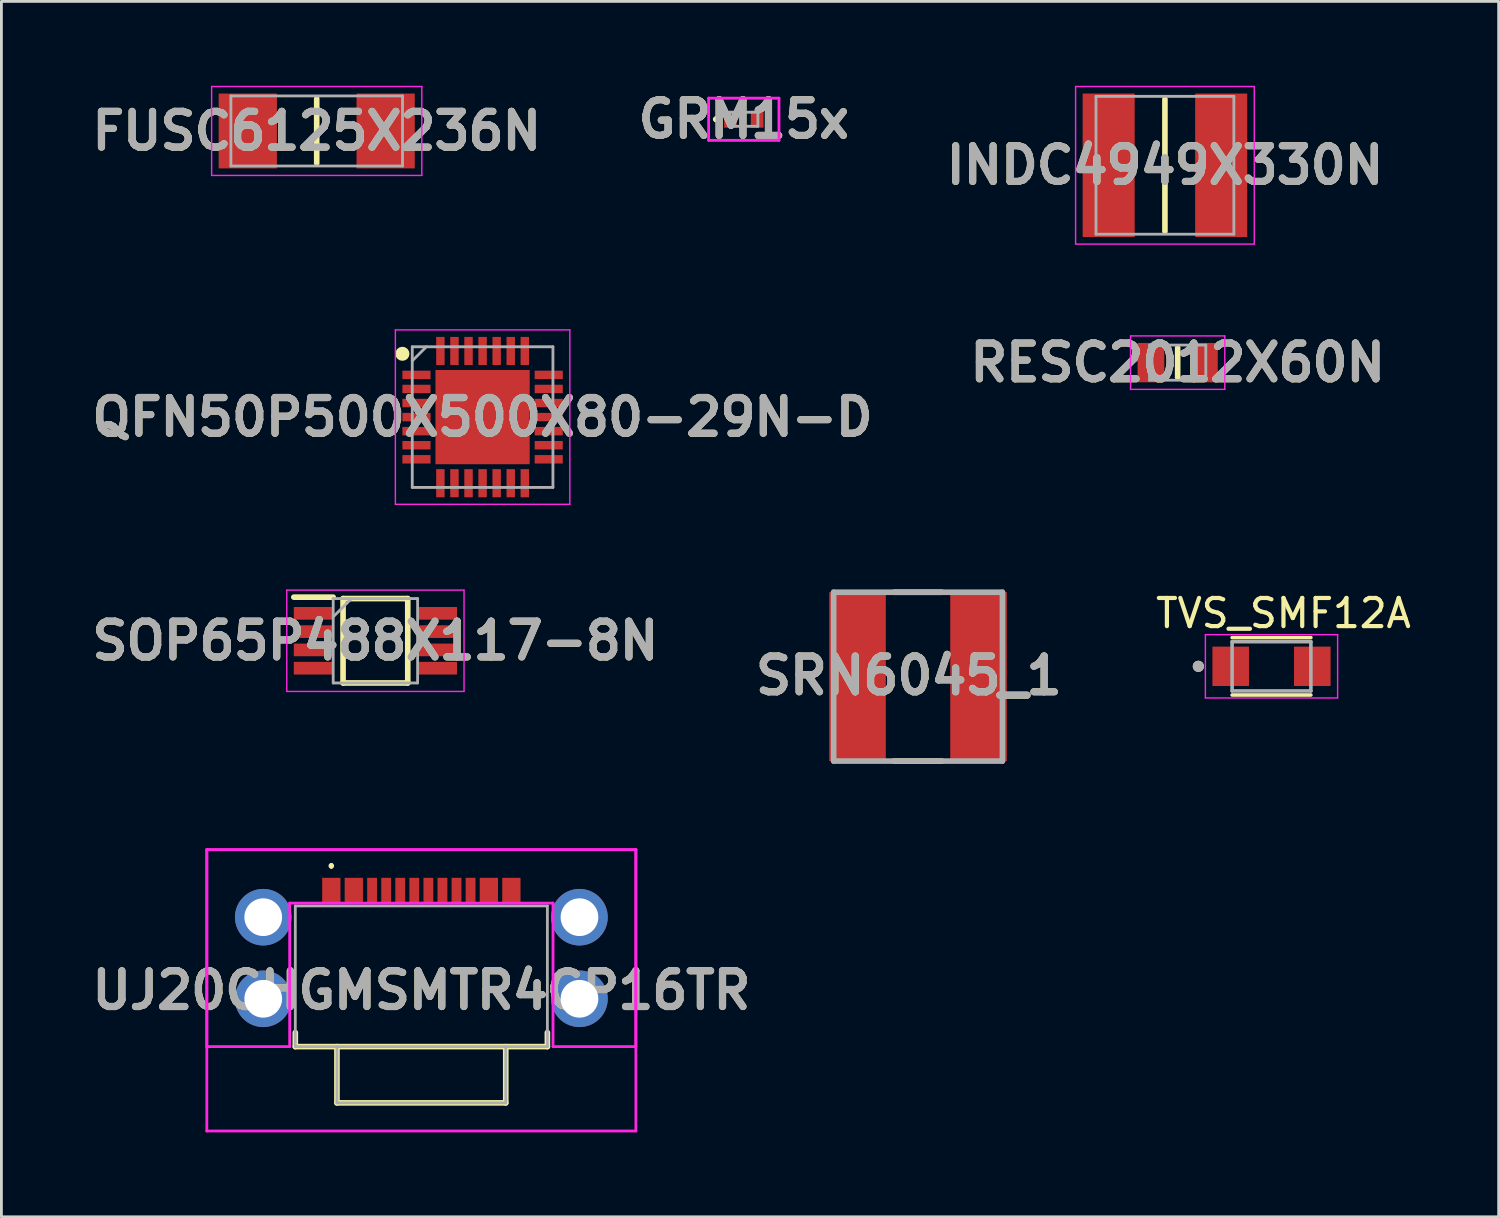
<source format=kicad_pcb>
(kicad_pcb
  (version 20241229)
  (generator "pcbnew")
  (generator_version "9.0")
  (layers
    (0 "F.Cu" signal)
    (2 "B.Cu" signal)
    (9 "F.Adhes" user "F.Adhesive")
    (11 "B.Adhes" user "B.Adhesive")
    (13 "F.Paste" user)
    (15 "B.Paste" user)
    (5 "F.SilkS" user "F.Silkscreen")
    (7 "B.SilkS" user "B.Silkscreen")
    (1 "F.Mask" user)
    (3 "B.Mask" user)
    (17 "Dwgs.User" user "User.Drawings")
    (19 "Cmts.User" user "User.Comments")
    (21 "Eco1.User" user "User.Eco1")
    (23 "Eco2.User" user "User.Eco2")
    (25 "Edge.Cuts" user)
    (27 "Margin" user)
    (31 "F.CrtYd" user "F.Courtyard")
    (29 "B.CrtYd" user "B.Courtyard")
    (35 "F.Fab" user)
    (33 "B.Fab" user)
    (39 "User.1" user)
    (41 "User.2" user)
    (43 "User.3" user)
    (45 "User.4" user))
  (footprint "RESC2012X60N"
    (layer "F.Cu")
    (at 38.808 9.839)
    (property "Reference" "RESC2012X60N" (at 0 0 0) (layer "F.SilkS") (effects (font (size 1.27 1.27) (thickness 0.254))))
    (attr smd)
    (fp_line (start 0 -0.525) (end 0 0.525) (stroke (width 0.2) (type solid)) (layer "F.SilkS"))
    (fp_line (start -1.675 -0.95) (end 1.675 -0.95) (stroke (width 0.05) (type solid)) (layer "F.CrtYd"))
    (fp_line (start -1.675 0.95) (end -1.675 -0.95) (stroke (width 0.05) (type solid)) (layer "F.CrtYd"))
    (fp_line (start 1.675 -0.95) (end 1.675 0.95) (stroke (width 0.05) (type solid)) (layer "F.CrtYd"))
    (fp_line (start 1.675 0.95) (end -1.675 0.95) (stroke (width 0.05) (type solid)) (layer "F.CrtYd"))
    (fp_line (start -1 -0.625) (end 1 -0.625) (stroke (width 0.1) (type solid)) (layer "F.Fab"))
    (fp_line (start -1 0.625) (end -1 -0.625) (stroke (width 0.1) (type solid)) (layer "F.Fab"))
    (fp_line (start 1 -0.625) (end 1 0.625) (stroke (width 0.1) (type solid)) (layer "F.Fab"))
    (fp_line (start 1 0.625) (end -1 0.625) (stroke (width 0.1) (type solid)) (layer "F.Fab"))
    (fp_text user "${REFERENCE}" (at 0 0 0) (layer "F.Fab") (effects (font (size 1.27 1.27) (thickness 0.254))))
    (pad "1" smd rect (at -0.95 0) (size 0.95 1.4) (layers "F.Cu" "F.Mask" "F.Paste"))
    (pad "2" smd rect (at 0.95 0) (size 0.95 1.4) (layers "F.Cu" "F.Mask" "F.Paste")))
  (footprint "SOP65P488X117-8N"
    (layer "F.Cu")
    (at 10.293 19.725)
    (property "Reference" "SOP65P488X117-8N" (at 0 0 0) (layer "F.SilkS") (effects (font (size 1.27 1.27) (thickness 0.254))))
    (attr smd)
    (fp_line (start -2.9 -1.55) (end -1.5 -1.55) (stroke (width 0.2) (type solid)) (layer "F.SilkS"))
    (fp_line (start -1.15 -1.5) (end 1.15 -1.5) (stroke (width 0.2) (type solid)) (layer "F.SilkS"))
    (fp_line (start -1.15 1.5) (end -1.15 -1.5) (stroke (width 0.2) (type solid)) (layer "F.SilkS"))
    (fp_line (start 1.15 -1.5) (end 1.15 1.5) (stroke (width 0.2) (type solid)) (layer "F.SilkS"))
    (fp_line (start 1.15 1.5) (end -1.15 1.5) (stroke (width 0.2) (type solid)) (layer "F.SilkS"))
    (fp_line (start -3.15 -1.8) (end 3.15 -1.8) (stroke (width 0.05) (type solid)) (layer "F.CrtYd"))
    (fp_line (start -3.15 1.8) (end -3.15 -1.8) (stroke (width 0.05) (type solid)) (layer "F.CrtYd"))
    (fp_line (start 3.15 -1.8) (end 3.15 1.8) (stroke (width 0.05) (type solid)) (layer "F.CrtYd"))
    (fp_line (start 3.15 1.8) (end -3.15 1.8) (stroke (width 0.05) (type solid)) (layer "F.CrtYd"))
    (fp_line (start -1.5 -1.5) (end 1.5 -1.5) (stroke (width 0.1) (type solid)) (layer "F.Fab"))
    (fp_line (start -1.5 -0.85) (end -0.85 -1.5) (stroke (width 0.1) (type solid)) (layer "F.Fab"))
    (fp_line (start -1.5 1.5) (end -1.5 -1.5) (stroke (width 0.1) (type solid)) (layer "F.Fab"))
    (fp_line (start 1.5 -1.5) (end 1.5 1.5) (stroke (width 0.1) (type solid)) (layer "F.Fab"))
    (fp_line (start 1.5 1.5) (end -1.5 1.5) (stroke (width 0.1) (type solid)) (layer "F.Fab"))
    (fp_text user "${REFERENCE}" (at 0 0 0) (layer "F.Fab") (effects (font (size 1.27 1.27) (thickness 0.254))))
    (pad "1" smd rect (at -2.2 -0.975 90) (size 0.45 1.4) (layers "F.Cu" "F.Mask" "F.Paste"))
    (pad "2" smd rect (at -2.2 -0.325 90) (size 0.45 1.4) (layers "F.Cu" "F.Mask" "F.Paste"))
    (pad "3" smd rect (at -2.2 0.325 90) (size 0.45 1.4) (layers "F.Cu" "F.Mask" "F.Paste"))
    (pad "4" smd rect (at -2.2 0.975 90) (size 0.45 1.4) (layers "F.Cu" "F.Mask" "F.Paste"))
    (pad "5" smd rect (at 2.2 0.975 90) (size 0.45 1.4) (layers "F.Cu" "F.Mask" "F.Paste"))
    (pad "6" smd rect (at 2.2 0.325 90) (size 0.45 1.4) (layers "F.Cu" "F.Mask" "F.Paste"))
    (pad "7" smd rect (at 2.2 -0.325 90) (size 0.45 1.4) (layers "F.Cu" "F.Mask" "F.Paste"))
    (pad "8" smd rect (at 2.2 -0.975 90) (size 0.45 1.4) (layers "F.Cu" "F.Mask" "F.Paste")))
  (footprint "UJ20CHGMSMTR4CP16TR"
    (layer "F.Cu")
    (at 11.926 32.375)
    (property "Reference" "UJ20CHGMSMTR4CP16TR" (at 0 -0.225 0) (layer "F.SilkS") (effects (font (size 1.27 1.27) (thickness 0.254))))
    (attr through_hole)
    (fp_line (start -4.48 1.275) (end -4.48 1.775) (stroke (width 0.2) (type solid)) (layer "F.SilkS"))
    (fp_line (start -4.48 1.775) (end 4.48 1.775) (stroke (width 0.2) (type solid)) (layer "F.SilkS"))
    (fp_line (start -3.2 -4.7) (end -3.2 -4.7) (stroke (width 0.1) (type solid)) (layer "F.SilkS"))
    (fp_line (start -3.2 -4.6) (end -3.2 -4.6) (stroke (width 0.1) (type solid)) (layer "F.SilkS"))
    (fp_line (start -3 1.775) (end -3 3.775) (stroke (width 0.2) (type solid)) (layer "F.SilkS"))
    (fp_line (start -3 3.775) (end 3 3.775) (stroke (width 0.2) (type solid)) (layer "F.SilkS"))
    (fp_line (start 3 3.775) (end 3 1.775) (stroke (width 0.2) (type solid)) (layer "F.SilkS"))
    (fp_line (start 4.48 1.775) (end 4.48 1.275) (stroke (width 0.2) (type solid)) (layer "F.SilkS"))
    (fp_arc (start -3.2 -4.7) (mid -3.15 -4.65) (end -3.2 -4.6) (stroke (width 0.1) (type solid)) (layer "F.SilkS"))
    (fp_arc (start -3.2 -4.6) (mid -3.25 -4.65) (end -3.2 -4.7) (stroke (width 0.1) (type solid)) (layer "F.SilkS"))
    (fp_line (start -7.625 -5.225) (end 7.625 -5.225) (stroke (width 0.1) (type solid)) (layer "F.CrtYd"))
    (fp_line (start -7.625 -5.225) (end 7.625 -5.225) (stroke (width 0.1) (type solid)) (layer "F.CrtYd"))
    (fp_line (start -7.625 1.775) (end -7.625 -5.225) (stroke (width 0.1) (type solid)) (layer "F.CrtYd"))
    (fp_line (start -7.625 4.775) (end -7.625 -5.225) (stroke (width 0.1) (type solid)) (layer "F.CrtYd"))
    (fp_line (start -4.68 -3.325) (end -4.68 1.775) (stroke (width 0.1) (type solid)) (layer "F.CrtYd"))
    (fp_line (start -4.68 1.775) (end -7.625 1.775) (stroke (width 0.1) (type solid)) (layer "F.CrtYd"))
    (fp_line (start 0 -3.325) (end -4.68 -3.325) (stroke (width 0.1) (type solid)) (layer "F.CrtYd"))
    (fp_line (start 4.68 -3.325) (end 0 -3.325) (stroke (width 0.1) (type solid)) (layer "F.CrtYd"))
    (fp_line (start 4.68 1.775) (end 4.68 -3.325) (stroke (width 0.1) (type solid)) (layer "F.CrtYd"))
    (fp_line (start 7.625 -5.225) (end 7.625 1.775) (stroke (width 0.1) (type solid)) (layer "F.CrtYd"))
    (fp_line (start 7.625 -5.225) (end 7.625 4.775) (stroke (width 0.1) (type solid)) (layer "F.CrtYd"))
    (fp_line (start 7.625 1.775) (end 4.68 1.775) (stroke (width 0.1) (type solid)) (layer "F.CrtYd"))
    (fp_line (start 7.625 4.775) (end -7.625 4.775) (stroke (width 0.1) (type solid)) (layer "F.CrtYd"))
    (fp_line (start -4.48 -3.225) (end 4.48 -3.225) (stroke (width 0.1) (type solid)) (layer "F.Fab"))
    (fp_line (start -4.48 1.775) (end -4.48 -3.225) (stroke (width 0.1) (type solid)) (layer "F.Fab"))
    (fp_line (start -3 1.775) (end -3 3.775) (stroke (width 0.1) (type solid)) (layer "F.Fab"))
    (fp_line (start -3 3.775) (end 3 3.775) (stroke (width 0.1) (type solid)) (layer "F.Fab"))
    (fp_line (start 3 3.775) (end 3 1.775) (stroke (width 0.1) (type solid)) (layer "F.Fab"))
    (fp_line (start 4.48 -3.225) (end 4.48 1.775) (stroke (width 0.1) (type solid)) (layer "F.Fab"))
    (fp_line (start 4.48 1.775) (end -4.48 1.775) (stroke (width 0.1) (type solid)) (layer "F.Fab"))
    (fp_text user "${REFERENCE}" (at 0 -0.225 0) (layer "F.Fab") (effects (font (size 1.27 1.27) (thickness 0.254))))
    (pad "A1" smd rect (at -3.2 -3.775) (size 0.65 0.9) (layers "F.Cu" "F.Mask" "F.Paste"))
    (pad "A4" smd rect (at -2.4 -3.775) (size 0.65 0.9) (layers "F.Cu" "F.Mask" "F.Paste"))
    (pad "A5" smd rect (at -1.25 -3.775) (size 0.35 0.9) (layers "F.Cu" "F.Mask" "F.Paste"))
    (pad "A6" smd rect (at -0.25 -3.775) (size 0.35 0.9) (layers "F.Cu" "F.Mask" "F.Paste"))
    (pad "A7" smd rect (at 0.25 -3.775) (size 0.35 0.9) (layers "F.Cu" "F.Mask" "F.Paste"))
    (pad "A8" smd rect (at 1.25 -3.775) (size 0.35 0.9) (layers "F.Cu" "F.Mask" "F.Paste"))
    (pad "A9" smd rect (at 2.4 -3.775) (size 0.65 0.9) (layers "F.Cu" "F.Mask" "F.Paste"))
    (pad "A12" smd rect (at 3.2 -3.775) (size 0.65 0.9) (layers "F.Cu" "F.Mask" "F.Paste"))
    (pad "B5" smd rect (at 1.75 -3.775) (size 0.35 0.9) (layers "F.Cu" "F.Mask" "F.Paste"))
    (pad "B6" smd rect (at 0.75 -3.775) (size 0.35 0.9) (layers "F.Cu" "F.Mask" "F.Paste"))
    (pad "B7" smd rect (at -0.75 -3.775) (size 0.35 0.9) (layers "F.Cu" "F.Mask" "F.Paste"))
    (pad "B8" smd rect (at -1.75 -3.775) (size 0.35 0.9) (layers "F.Cu" "F.Mask" "F.Paste"))
    (pad "MH1" thru_hole circle (at -5.62 -2.825) (size 2.01 2.01) (drill 1.34) (layers "*.Cu" "*.Mask"))
    (pad "MH2" thru_hole circle (at 5.62 -2.825) (size 2.01 2.01) (drill 1.34) (layers "*.Cu" "*.Mask"))
    (pad "MH3" thru_hole circle (at -5.62 0.075) (size 2.01 2.01) (drill 1.34) (layers "*.Cu" "*.Mask"))
    (pad "MH4" thru_hole circle (at 5.62 0.075) (size 2.01 2.01) (drill 1.34) (layers "*.Cu" "*.Mask")))
  (footprint "GRM15x"
    (layer "F.Cu")
    (at 23.387 1.189)
    (property "Reference" "GRM15x" (at 0 0 0) (layer "F.SilkS") (effects (font (size 1.27 1.27) (thickness 0.254))))
    (attr smd)
    (fp_line (start -1 -0.05) (end -1 -0.05) (stroke (width 0.1) (type solid)) (layer "F.SilkS"))
    (fp_line (start -1 0.05) (end -1 0.05) (stroke (width 0.1) (type solid)) (layer "F.SilkS"))
    (fp_arc (start -1 -0.05) (mid -0.95 0) (end -1 0.05) (stroke (width 0.1) (type solid)) (layer "F.SilkS"))
    (fp_arc (start -1 0.05) (mid -1.05 0) (end -1 -0.05) (stroke (width 0.1) (type solid)) (layer "F.SilkS"))
    (fp_line (start -1.25 -0.75) (end 1.25 -0.75) (stroke (width 0.1) (type solid)) (layer "F.CrtYd"))
    (fp_line (start -1.25 0.75) (end -1.25 -0.75) (stroke (width 0.1) (type solid)) (layer "F.CrtYd"))
    (fp_line (start 1.25 -0.75) (end 1.25 0.75) (stroke (width 0.1) (type solid)) (layer "F.CrtYd"))
    (fp_line (start 1.25 0.75) (end -1.25 0.75) (stroke (width 0.1) (type solid)) (layer "F.CrtYd"))
    (fp_line (start -0.5 -0.25) (end 0.5 -0.25) (stroke (width 0.1) (type solid)) (layer "F.Fab"))
    (fp_line (start -0.5 0.25) (end -0.5 -0.25) (stroke (width 0.1) (type solid)) (layer "F.Fab"))
    (fp_line (start 0.5 -0.25) (end 0.5 0.25) (stroke (width 0.1) (type solid)) (layer "F.Fab"))
    (fp_line (start 0.5 0.25) (end -0.5 0.25) (stroke (width 0.1) (type solid)) (layer "F.Fab"))
    (fp_text user "${REFERENCE}" (at 0 0 0) (layer "F.Fab") (effects (font (size 1.27 1.27) (thickness 0.254))))
    (pad "1" smd rect (at -0.475 0) (size 0.45 0.6) (layers "F.Cu" "F.Mask" "F.Paste"))
    (pad "2" smd rect (at 0.475 0) (size 0.45 0.6) (layers "F.Cu" "F.Mask" "F.Paste")))
  (footprint "QFN50P500X500X80-29N-D"
    (layer "F.Cu")
    (at 14.103 11.775)
    (property "Reference" "QFN50P500X500X80-29N-D" (at 0 0 0) (layer "F.SilkS") (effects (font (size 1.27 1.27) (thickness 0.254))))
    (attr smd)
    (fp_circle (center -2.85 -2.25) (end -2.85 -2.125) (stroke (width 0.25) (type solid)) (fill no) (layer "F.SilkS"))
    (fp_line (start -3.1 -3.1) (end 3.1 -3.1) (stroke (width 0.05) (type solid)) (layer "F.CrtYd"))
    (fp_line (start -3.1 3.1) (end -3.1 -3.1) (stroke (width 0.05) (type solid)) (layer "F.CrtYd"))
    (fp_line (start 3.1 -3.1) (end 3.1 3.1) (stroke (width 0.05) (type solid)) (layer "F.CrtYd"))
    (fp_line (start 3.1 3.1) (end -3.1 3.1) (stroke (width 0.05) (type solid)) (layer "F.CrtYd"))
    (fp_line (start -2.5 -2.5) (end 2.5 -2.5) (stroke (width 0.1) (type solid)) (layer "F.Fab"))
    (fp_line (start -2.5 -2) (end -2 -2.5) (stroke (width 0.1) (type solid)) (layer "F.Fab"))
    (fp_line (start -2.5 2.5) (end -2.5 -2.5) (stroke (width 0.1) (type solid)) (layer "F.Fab"))
    (fp_line (start 2.5 -2.5) (end 2.5 2.5) (stroke (width 0.1) (type solid)) (layer "F.Fab"))
    (fp_line (start 2.5 2.5) (end -2.5 2.5) (stroke (width 0.1) (type solid)) (layer "F.Fab"))
    (fp_text user "${REFERENCE}" (at 0 0 0) (layer "F.Fab") (effects (font (size 1.27 1.27) (thickness 0.254))))
    (pad "1" smd rect (at -2.35 -1.5 90) (size 0.3 1) (layers "F.Cu" "F.Mask" "F.Paste"))
    (pad "2" smd rect (at -2.35 -1 90) (size 0.3 1) (layers "F.Cu" "F.Mask" "F.Paste"))
    (pad "3" smd rect (at -2.35 -0.5 90) (size 0.3 1) (layers "F.Cu" "F.Mask" "F.Paste"))
    (pad "4" smd rect (at -2.35 0 90) (size 0.3 1) (layers "F.Cu" "F.Mask" "F.Paste"))
    (pad "5" smd rect (at -2.35 0.5 90) (size 0.3 1) (layers "F.Cu" "F.Mask" "F.Paste"))
    (pad "6" smd rect (at -2.35 1 90) (size 0.3 1) (layers "F.Cu" "F.Mask" "F.Paste"))
    (pad "7" smd rect (at -2.35 1.5 90) (size 0.3 1) (layers "F.Cu" "F.Mask" "F.Paste"))
    (pad "8" smd rect (at -1.5 2.35) (size 0.3 1) (layers "F.Cu" "F.Mask" "F.Paste"))
    (pad "9" smd rect (at -1 2.35) (size 0.3 1) (layers "F.Cu" "F.Mask" "F.Paste"))
    (pad "10" smd rect (at -0.5 2.35) (size 0.3 1) (layers "F.Cu" "F.Mask" "F.Paste"))
    (pad "11" smd rect (at 0 2.35) (size 0.3 1) (layers "F.Cu" "F.Mask" "F.Paste"))
    (pad "12" smd rect (at 0.5 2.35) (size 0.3 1) (layers "F.Cu" "F.Mask" "F.Paste"))
    (pad "13" smd rect (at 1 2.35) (size 0.3 1) (layers "F.Cu" "F.Mask" "F.Paste"))
    (pad "14" smd rect (at 1.5 2.35) (size 0.3 1) (layers "F.Cu" "F.Mask" "F.Paste"))
    (pad "15" smd rect (at 2.35 1.5 90) (size 0.3 1) (layers "F.Cu" "F.Mask" "F.Paste"))
    (pad "16" smd rect (at 2.35 1 90) (size 0.3 1) (layers "F.Cu" "F.Mask" "F.Paste"))
    (pad "17" smd rect (at 2.35 0.5 90) (size 0.3 1) (layers "F.Cu" "F.Mask" "F.Paste"))
    (pad "18" smd rect (at 2.35 0 90) (size 0.3 1) (layers "F.Cu" "F.Mask" "F.Paste"))
    (pad "19" smd rect (at 2.35 -0.5 90) (size 0.3 1) (layers "F.Cu" "F.Mask" "F.Paste"))
    (pad "20" smd rect (at 2.35 -1 90) (size 0.3 1) (layers "F.Cu" "F.Mask" "F.Paste"))
    (pad "21" smd rect (at 2.35 -1.5 90) (size 0.3 1) (layers "F.Cu" "F.Mask" "F.Paste"))
    (pad "22" smd rect (at 1.5 -2.35) (size 0.3 1) (layers "F.Cu" "F.Mask" "F.Paste"))
    (pad "23" smd rect (at 1 -2.35) (size 0.3 1) (layers "F.Cu" "F.Mask" "F.Paste"))
    (pad "24" smd rect (at 0.5 -2.35) (size 0.3 1) (layers "F.Cu" "F.Mask" "F.Paste"))
    (pad "25" smd rect (at 0 -2.35) (size 0.3 1) (layers "F.Cu" "F.Mask" "F.Paste"))
    (pad "26" smd rect (at -0.5 -2.35) (size 0.3 1) (layers "F.Cu" "F.Mask" "F.Paste"))
    (pad "27" smd rect (at -1 -2.35) (size 0.3 1) (layers "F.Cu" "F.Mask" "F.Paste"))
    (pad "28" smd rect (at -1.5 -2.35) (size 0.3 1) (layers "F.Cu" "F.Mask" "F.Paste"))
    (pad "29" smd rect (at 0 0) (size 3.35 3.35) (layers "F.Cu" "F.Mask" "F.Paste")))
  (footprint "SRN6045_1"
    (layer "F.Cu")
    (at 29.58 21)
    (property "Reference" "SRN6045_1" (at -0.327 -0.037 0) (layer "F.SilkS") (effects (font (size 1.27 1.27) (thickness 0.254))))
    (attr smd)
    (fp_line (start -0.85 -3) (end 0.85 -3) (stroke (width 0.2) (type solid)) (layer "F.SilkS"))
    (fp_line (start -0.85 3) (end 0.85 3) (stroke (width 0.2) (type solid)) (layer "F.SilkS"))
    (fp_line (start -3 -3) (end 3 -3) (stroke (width 0.2) (type solid)) (layer "F.Fab"))
    (fp_line (start -3 3) (end -3 -3) (stroke (width 0.2) (type solid)) (layer "F.Fab"))
    (fp_line (start 3 -3) (end 3 3) (stroke (width 0.2) (type solid)) (layer "F.Fab"))
    (fp_line (start 3 3) (end -3 3) (stroke (width 0.2) (type solid)) (layer "F.Fab"))
    (fp_text user "${REFERENCE}" (at -0.327 -0.037 0) (layer "F.Fab") (effects (font (size 1.27 1.27) (thickness 0.254))))
    (pad "1" smd rect (at -2.15 0) (size 2.01 6) (layers "F.Cu" "F.Mask" "F.Paste"))
    (pad "2" smd rect (at 2.15 0) (size 2.01 6) (layers "F.Cu" "F.Mask" "F.Paste")))
  (footprint "FUSC6125X236N"
    (layer "F.Cu")
    (at 8.207 1.605)
    (property "Reference" "FUSC6125X236N" (at 0 0 0) (layer "F.SilkS") (effects (font (size 1.27 1.27) (thickness 0.254))))
    (attr smd)
    (fp_line (start 0 -1.145) (end 0 1.145) (stroke (width 0.2) (type solid)) (layer "F.SilkS"))
    (fp_line (start -3.735 -1.58) (end 3.735 -1.58) (stroke (width 0.05) (type solid)) (layer "F.CrtYd"))
    (fp_line (start -3.735 1.58) (end -3.735 -1.58) (stroke (width 0.05) (type solid)) (layer "F.CrtYd"))
    (fp_line (start 3.735 -1.58) (end 3.735 1.58) (stroke (width 0.05) (type solid)) (layer "F.CrtYd"))
    (fp_line (start 3.735 1.58) (end -3.735 1.58) (stroke (width 0.05) (type solid)) (layer "F.CrtYd"))
    (fp_line (start -3.05 -1.245) (end 3.05 -1.245) (stroke (width 0.1) (type solid)) (layer "F.Fab"))
    (fp_line (start -3.05 1.245) (end -3.05 -1.245) (stroke (width 0.1) (type solid)) (layer "F.Fab"))
    (fp_line (start 3.05 -1.245) (end 3.05 1.245) (stroke (width 0.1) (type solid)) (layer "F.Fab"))
    (fp_line (start 3.05 1.245) (end -3.05 1.245) (stroke (width 0.1) (type solid)) (layer "F.Fab"))
    (fp_text user "${REFERENCE}" (at 0 0 0) (layer "F.Fab") (effects (font (size 1.27 1.27) (thickness 0.254))))
    (pad "1" smd rect (at -2.45 0) (size 2.07 2.66) (layers "F.Cu" "F.Mask" "F.Paste"))
    (pad "2" smd rect (at 2.45 0) (size 2.07 2.66) (layers "F.Cu" "F.Mask" "F.Paste")))
  (footprint "TVS_SMF12A"
    (layer "F.Cu")
    (at 42.143 20.633)
    (property "Reference" "TVS_SMF12A" (at 0.425 -1.885 0) (layer "F.SilkS") (effects (font (size 1 1) (thickness 0.15))))
    (attr smd)
    (fp_line (start -1.4 -1.02) (end 1.4 -1.02) (stroke (width 0.127) (type solid)) (layer "F.SilkS"))
    (fp_line (start 1.4 1.02) (end -1.4 1.02) (stroke (width 0.127) (type solid)) (layer "F.SilkS"))
    (fp_circle (center -2.6 0) (end -2.5 0) (stroke (width 0.2) (type solid)) (fill no) (layer "F.SilkS"))
    (fp_line (start -2.35 -1.125) (end 2.35 -1.125) (stroke (width 0.05) (type solid)) (layer "F.CrtYd"))
    (fp_line (start -2.35 1.125) (end -2.35 -1.125) (stroke (width 0.05) (type solid)) (layer "F.CrtYd"))
    (fp_line (start 2.35 -1.125) (end 2.35 1.125) (stroke (width 0.05) (type solid)) (layer "F.CrtYd"))
    (fp_line (start 2.35 1.125) (end -2.35 1.125) (stroke (width 0.05) (type solid)) (layer "F.CrtYd"))
    (fp_line (start -1.4 -0.875) (end 1.4 -0.875) (stroke (width 0.127) (type solid)) (layer "F.Fab"))
    (fp_line (start -1.4 0.875) (end -1.4 -0.875) (stroke (width 0.127) (type solid)) (layer "F.Fab"))
    (fp_line (start 1.4 -0.875) (end 1.4 0.875) (stroke (width 0.127) (type solid)) (layer "F.Fab"))
    (fp_line (start 1.4 0.875) (end -1.4 0.875) (stroke (width 0.127) (type solid)) (layer "F.Fab"))
    (fp_circle (center -2.6 0) (end -2.5 0) (stroke (width 0.2) (type solid)) (fill no) (layer "F.Fab"))
    (pad "1" smd rect (at -1.45 0) (size 1.3 1.4) (layers "F.Cu" "F.Mask" "F.Paste"))
    (pad "2" smd rect (at 1.45 0) (size 1.3 1.4) (layers "F.Cu" "F.Mask" "F.Paste")))
  (footprint "INDC4949X330N"
    (layer "F.Cu")
    (at 38.355 2.825)
    (property "Reference" "INDC4949X330N" (at 0 0 0) (layer "F.SilkS") (effects (font (size 1.27 1.27) (thickness 0.254))))
    (attr smd)
    (fp_line (start 0 -2.35) (end 0 2.35) (stroke (width 0.2) (type solid)) (layer "F.SilkS"))
    (fp_line (start -3.175 -2.8) (end 3.175 -2.8) (stroke (width 0.05) (type solid)) (layer "F.CrtYd"))
    (fp_line (start -3.175 2.8) (end -3.175 -2.8) (stroke (width 0.05) (type solid)) (layer "F.CrtYd"))
    (fp_line (start 3.175 -2.8) (end 3.175 2.8) (stroke (width 0.05) (type solid)) (layer "F.CrtYd"))
    (fp_line (start 3.175 2.8) (end -3.175 2.8) (stroke (width 0.05) (type solid)) (layer "F.CrtYd"))
    (fp_line (start -2.45 -2.45) (end 2.45 -2.45) (stroke (width 0.1) (type solid)) (layer "F.Fab"))
    (fp_line (start -2.45 2.45) (end -2.45 -2.45) (stroke (width 0.1) (type solid)) (layer "F.Fab"))
    (fp_line (start 2.45 -2.45) (end 2.45 2.45) (stroke (width 0.1) (type solid)) (layer "F.Fab"))
    (fp_line (start 2.45 2.45) (end -2.45 2.45) (stroke (width 0.1) (type solid)) (layer "F.Fab"))
    (fp_text user "${REFERENCE}" (at 0 0 0) (layer "F.Fab") (effects (font (size 1.27 1.27) (thickness 0.254))))
    (pad "1" smd rect (at -2 0) (size 1.85 5.1) (layers "F.Cu" "F.Mask" "F.Paste"))
    (pad "2" smd rect (at 2 0) (size 1.85 5.1) (layers "F.Cu" "F.Mask" "F.Paste")))
  (gr_rect
    (start -3 -3)
    (end 50.217 40.2)
    (stroke (width 0.1) (type default))
    (fill no)
    (layer "Edge.Cuts")))
</source>
